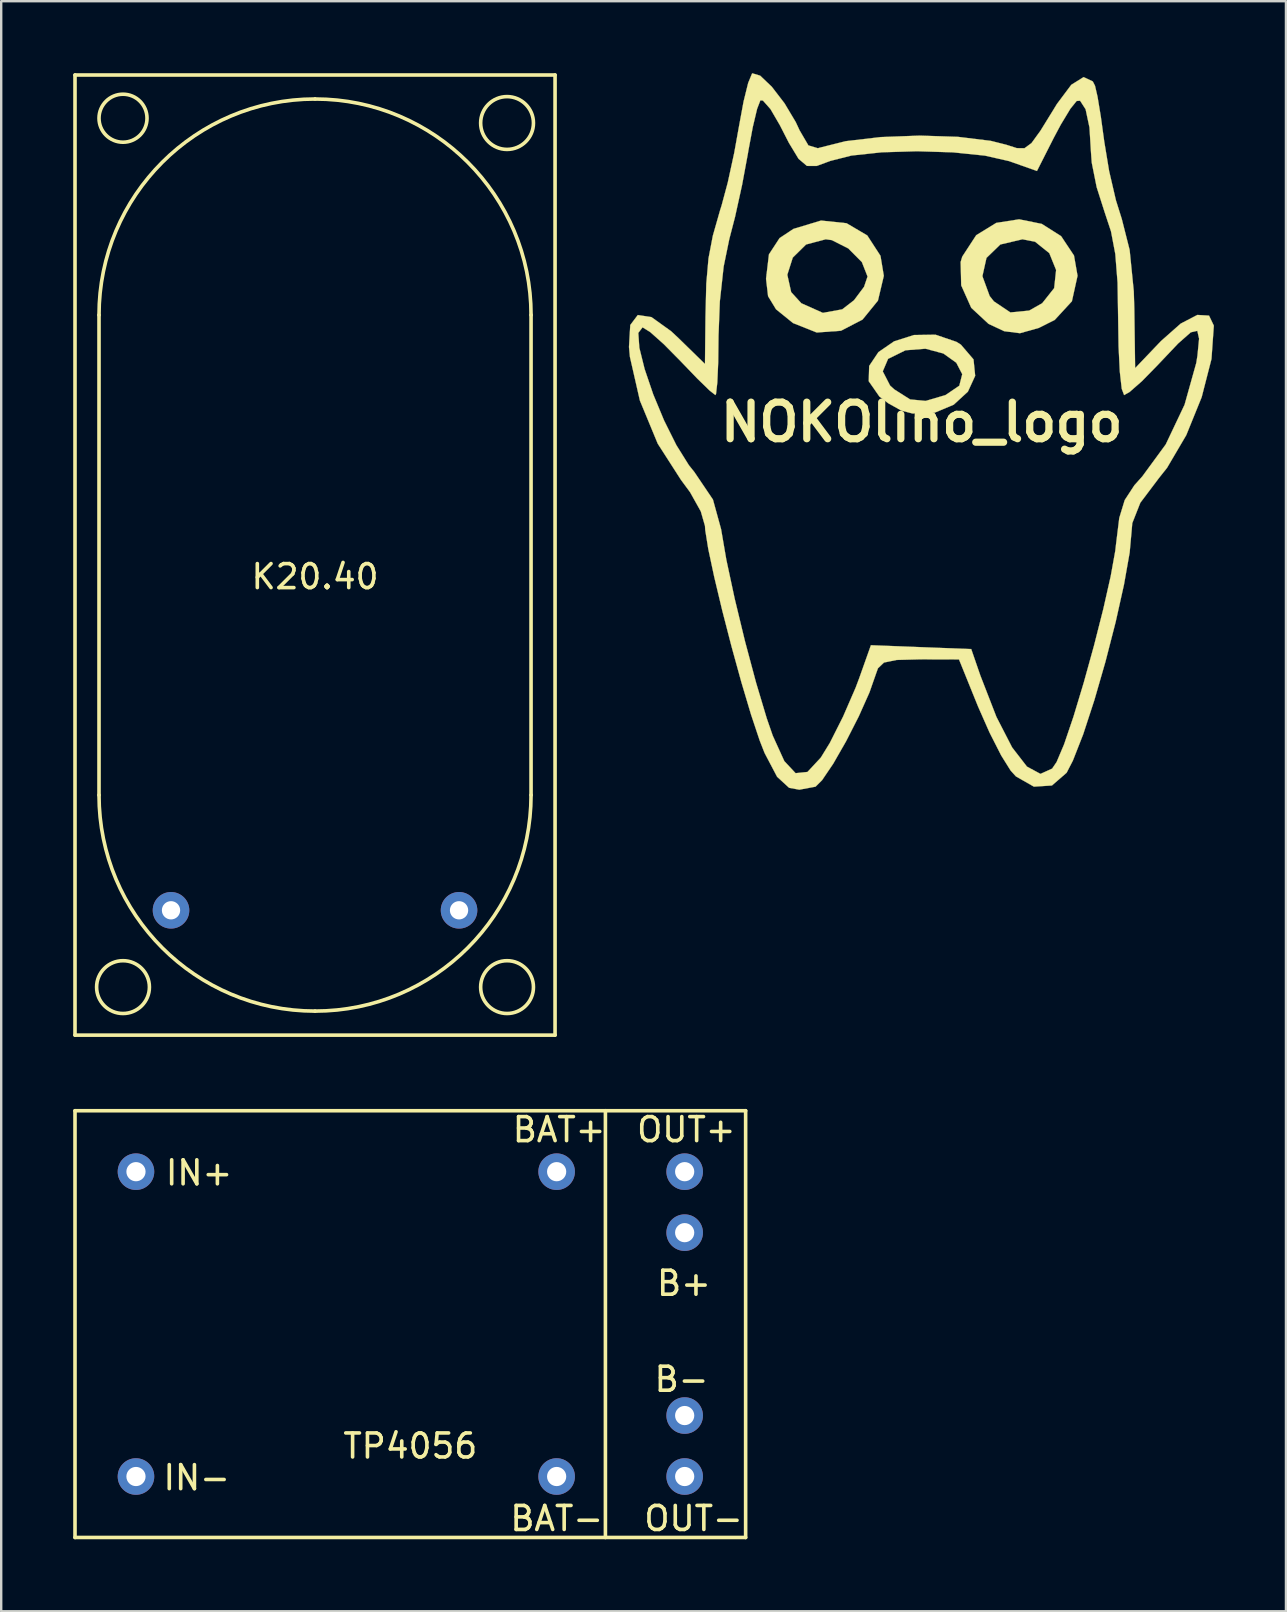
<source format=kicad_pcb>
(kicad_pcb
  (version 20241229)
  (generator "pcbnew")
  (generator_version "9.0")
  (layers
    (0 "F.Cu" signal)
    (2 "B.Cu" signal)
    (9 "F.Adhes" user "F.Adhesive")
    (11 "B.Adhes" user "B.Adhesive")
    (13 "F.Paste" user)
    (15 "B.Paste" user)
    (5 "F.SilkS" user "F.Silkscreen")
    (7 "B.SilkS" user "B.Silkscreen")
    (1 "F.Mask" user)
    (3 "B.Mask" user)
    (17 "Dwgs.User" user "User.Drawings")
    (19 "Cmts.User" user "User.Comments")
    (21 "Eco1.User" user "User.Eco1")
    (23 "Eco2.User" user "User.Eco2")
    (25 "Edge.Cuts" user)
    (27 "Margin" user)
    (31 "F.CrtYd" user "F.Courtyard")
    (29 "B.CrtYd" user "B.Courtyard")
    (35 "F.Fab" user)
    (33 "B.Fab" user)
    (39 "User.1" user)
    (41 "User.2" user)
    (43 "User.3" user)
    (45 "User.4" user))
  (footprint "TP4056"
    (layer "F.Cu")
    (at 14.045 52.115)
    (property "Reference" "TP4056" (at 0 5.08 0) (layer "F.SilkS") (effects (font (size 1 1) (thickness 0.15))))
    (attr through_hole)
    (fp_line (start -13.97 -8.89) (end -13.97 8.89) (stroke (width 0.15) (type solid)) (layer "F.SilkS"))
    (fp_line (start -13.97 -8.89) (end 13.97 -8.89) (stroke (width 0.15) (type solid)) (layer "F.SilkS"))
    (fp_line (start 8.128 -8.89) (end 8.128 8.89) (stroke (width 0.15) (type solid)) (layer "F.SilkS"))
    (fp_line (start 13.97 -8.89) (end 13.97 8.89) (stroke (width 0.15) (type solid)) (layer "F.SilkS"))
    (fp_line (start 13.97 8.89) (end -13.97 8.89) (stroke (width 0.15) (type solid)) (layer "F.SilkS"))
    (fp_text user "BAT-" (at 6.1 8.1 0) (layer "F.SilkS") (effects (font (size 1 1) (thickness 0.15))))
    (fp_text user "B+" (at 11.4 -1.7 0) (layer "F.SilkS") (effects (font (size 1 1) (thickness 0.15))))
    (fp_text user "IN+" (at -8.8 -6.3 0) (layer "F.SilkS") (effects (font (size 1 1) (thickness 0.15))))
    (fp_text user "BAT+" (at 6.2 -8.1 0) (layer "F.SilkS") (effects (font (size 1 1) (thickness 0.15))))
    (fp_text user "B-" (at 11.3 2.3 0) (layer "F.SilkS") (effects (font (size 1 1) (thickness 0.15))))
    (fp_text user "IN-" (at -8.9 6.4 0) (layer "F.SilkS") (effects (font (size 1 1) (thickness 0.15))))
    (fp_text user "OUT-" (at 11.8 8.1 0) (layer "F.SilkS") (effects (font (size 1 1) (thickness 0.15))))
    (fp_text user "OUT+" (at 11.5 -8.1 0) (layer "F.SilkS") (effects (font (size 1 1) (thickness 0.15))))
    (pad "1" thru_hole circle (at -11.43 -6.35) (size 1.524 1.524) (drill 0.8) (layers "*.Cu" "*.Mask"))
    (pad "2" thru_hole circle (at -11.43 6.35) (size 1.524 1.524) (drill 0.8) (layers "*.Cu" "*.Mask"))
    (pad "3" thru_hole circle (at 11.43 -6.35) (size 1.524 1.524) (drill 0.8) (layers "*.Cu" "*.Mask"))
    (pad "4" thru_hole circle (at 11.43 -3.81) (size 1.524 1.524) (drill 0.8) (layers "*.Cu" "*.Mask"))
    (pad "5" thru_hole circle (at 11.43 3.81) (size 1.524 1.524) (drill 0.8) (layers "*.Cu" "*.Mask"))
    (pad "6" thru_hole circle (at 11.43 6.35) (size 1.524 1.524) (drill 0.8) (layers "*.Cu" "*.Mask"))
    (pad "13" thru_hole circle (at 6.096 -6.35) (size 1.524 1.524) (drill 0.8) (layers "*.Cu" "*.Mask"))
    (pad "16" thru_hole circle (at 6.096 6.35) (size 1.524 1.524) (drill 0.8) (layers "*.Cu" "*.Mask")))
  (footprint "K20.40"
    (layer "F.Cu")
    (at 10.075 20.075)
    (property "Reference" "K20.40" (at 0 0.9 0) (layer "F.SilkS") (effects (font (size 1 1) (thickness 0.15))))
    (attr through_hole)
    (fp_line (start -10 20) (end -10 -20) (stroke (width 0.15) (type solid)) (layer "F.SilkS"))
    (fp_line (start -10 20) (end 10 20) (stroke (width 0.15) (type solid)) (layer "F.SilkS"))
    (fp_line (start -9 -10) (end -9 10) (stroke (width 0.15) (type solid)) (layer "F.SilkS"))
    (fp_line (start 9 -10) (end 9 10) (stroke (width 0.15) (type solid)) (layer "F.SilkS"))
    (fp_line (start 10 -20) (end -10 -20) (stroke (width 0.15) (type solid)) (layer "F.SilkS"))
    (fp_line (start 10 20) (end 10 -20) (stroke (width 0.15) (type solid)) (layer "F.SilkS"))
    (fp_arc (start -9 -10) (mid -6.363961 -16.363961) (end 0 -19) (stroke (width 0.15) (type solid)) (layer "F.SilkS"))
    (fp_arc (start 0 -19) (mid 6.363961 -16.363961) (end 9 -10) (stroke (width 0.15) (type solid)) (layer "F.SilkS"))
    (fp_arc (start 0 19) (mid -6.363961 16.363961) (end -9 10) (stroke (width 0.15) (type solid)) (layer "F.SilkS"))
    (fp_arc (start 9 10) (mid 6.363961 16.363961) (end 0 19) (stroke (width 0.15) (type solid)) (layer "F.SilkS"))
    (fp_circle (center -8 -18.2) (end -7 -18.2) (stroke (width 0.15) (type solid)) (fill no) (layer "F.SilkS"))
    (fp_circle (center -8 18) (end -6.9 18) (stroke (width 0.15) (type solid)) (fill no) (layer "F.SilkS"))
    (fp_circle (center 8 -18) (end 9.1 -18) (stroke (width 0.15) (type solid)) (fill no) (layer "F.SilkS"))
    (fp_circle (center 8 18) (end 9.1 18) (stroke (width 0.15) (type solid)) (fill no) (layer "F.SilkS"))
    (pad "1" thru_hole circle (at -6 14.8) (size 1.524 1.524) (drill 0.762) (layers "*.Cu" "*.Mask"))
    (pad "2" thru_hole circle (at 6 14.8) (size 1.524 1.524) (drill 0.762) (layers "*.Cu" "*.Mask")))
  (footprint "NOKOlino_logo"
    (layer "F.Cu")
    (at 35.352 14.539)
    (property "Reference" "NOKOlino_logo" (at 0 0 0) (layer "F.SilkS") (effects (font (size 1.524 1.524) (thickness 0.3))))
    (attr through_hole)
    (fp_poly (pts (xy -3.133 -8.289) (xy -2.27 -7.78) (xy -1.719 -6.931) (xy -1.58 -6.098) (xy -1.825 -5.064) (xy -2.466 -4.276) (xy -3.363 -3.81) (xy -4.375 -3.736) (xy -5.362 -4.129) (xy -6.071 -4.703) (xy -6.402 -5.247) (xy -6.487 -5.974) (xy -6.467 -6.142) (xy -5.601 -6.142) (xy -5.44 -5.418) (xy -5.017 -4.955) (xy -4.12 -4.554) (xy -3.313 -4.701) (xy -2.822 -5.08) (xy -2.404 -5.639) (xy -2.258 -6.068) (xy -2.494 -6.669) (xy -3.06 -7.238) (xy -3.746 -7.585) (xy -3.999 -7.62) (xy -4.819 -7.403) (xy -5.373 -6.857) (xy -5.601 -6.142) (xy -6.467 -6.142) (xy -6.366 -6.992) (xy -5.922 -7.671) (xy -5.342 -8.054) (xy -4.195 -8.4) (xy -3.133 -8.289)) (stroke (width 0.01) (type solid)) (fill yes) (layer "F.SilkS"))
    (fp_poly (pts (xy 1.445 -3.347) (xy 1.631 -3.23) (xy 2.157 -2.616) (xy 2.226 -1.932) (xy 1.923 -1.272) (xy 1.331 -0.728) (xy 0.534 -0.394) (xy -0.384 -0.362) (xy -0.847 -0.482) (xy -1.4 -0.791) (xy -1.764 -1.068) (xy -2.209 -1.707) (xy -2.197 -2.118) (xy -1.624 -2.118) (xy -1.318 -1.524) (xy -1.145 -1.367) (xy -0.485 -0.948) (xy 0.164 -0.886) (xy 0.989 -1.129) (xy 1.565 -1.52) (xy 1.687 -2) (xy 1.439 -2.477) (xy 0.9 -2.862) (xy 0.153 -3.061) (xy -0.678 -2.995) (xy -1.402 -2.639) (xy -1.624 -2.118) (xy -2.197 -2.118) (xy -2.19 -2.344) (xy -1.805 -2.919) (xy -1.152 -3.368) (xy -0.327 -3.631) (xy 0.571 -3.645) (xy 1.445 -3.347)) (stroke (width 0.01) (type solid)) (fill yes) (layer "F.SilkS"))
    (fp_poly (pts (xy 5.001 -8.261) (xy 5.806 -7.751) (xy 6.343 -6.944) (xy 6.491 -6.101) (xy 6.256 -5.037) (xy 5.541 -4.261) (xy 4.877 -3.927) (xy 4.092 -3.707) (xy 3.435 -3.79) (xy 2.782 -4.097) (xy 2.062 -4.765) (xy 1.644 -5.7) (xy 1.635 -6.082) (xy 2.527 -6.082) (xy 2.83 -5.255) (xy 3.007 -5.032) (xy 3.693 -4.573) (xy 4.474 -4.649) (xy 5.017 -4.955) (xy 5.517 -5.585) (xy 5.598 -6.34) (xy 5.314 -7.043) (xy 4.722 -7.518) (xy 4.195 -7.62) (xy 3.274 -7.403) (xy 2.697 -6.844) (xy 2.527 -6.082) (xy 1.635 -6.082) (xy 1.62 -6.673) (xy 1.687 -6.897) (xy 2.27 -7.791) (xy 3.104 -8.303) (xy 4.057 -8.452) (xy 5.001 -8.261)) (stroke (width 0.01) (type solid)) (fill yes) (layer "F.SilkS"))
    (fp_poly (pts (xy -6.732 -14.437) (xy -6.249 -13.977) (xy -5.718 -13.287) (xy -5.249 -12.502) (xy -5.089 -12.158) (xy -4.723 -11.532) (xy -4.326 -11.413) (xy -4.27 -11.431) (xy -3.169 -11.707) (xy -1.709 -11.878) (xy -0.085 -11.939) (xy 1.508 -11.888) (xy 2.874 -11.721) (xy 3.525 -11.557) (xy 3.963 -11.417) (xy 4.279 -11.413) (xy 4.572 -11.627) (xy 4.944 -12.14) (xy 5.496 -13.034) (xy 5.631 -13.256) (xy 6.231 -14.057) (xy 6.744 -14.377) (xy 7.126 -14.197) (xy 7.218 -14.017) (xy 7.324 -13.56) (xy 7.462 -12.723) (xy 7.604 -11.689) (xy 7.807 -10.46) (xy 8.089 -9.247) (xy 8.334 -8.467) (xy 8.661 -7.177) (xy 8.834 -5.454) (xy 8.856 -4.724) (xy 8.89 -2.251) (xy 9.97 -3.383) (xy 10.79 -4.108) (xy 11.483 -4.468) (xy 11.969 -4.44) (xy 12.169 -4.022) (xy 12.071 -2.633) (xy 11.663 -1.043) (xy 11.021 0.539) (xy 10.22 1.902) (xy 9.884 2.325) (xy 9.106 3.357) (xy 8.771 4.207) (xy 8.749 4.47) (xy 8.662 5.435) (xy 8.426 6.767) (xy 8.078 8.327) (xy 7.654 9.977) (xy 7.191 11.581) (xy 6.727 13.001) (xy 6.297 14.099) (xy 6.036 14.605) (xy 5.425 15.136) (xy 4.673 15.185) (xy 3.924 14.758) (xy 3.703 14.514) (xy 3.311 13.887) (xy 2.826 12.934) (xy 2.352 11.86) (xy 2.342 11.836) (xy 1.552 9.885) (xy -0.097 9.881) (xy -1.045 9.906) (xy -1.573 10.014) (xy -1.824 10.253) (xy -1.897 10.456) (xy -2.178 11.258) (xy -2.622 12.253) (xy -3.152 13.293) (xy -3.688 14.229) (xy -4.152 14.914) (xy -4.424 15.185) (xy -5.1 15.311) (xy -5.526 15.233) (xy -6.026 14.774) (xy -6.548 13.782) (xy -6.755 13.253) (xy -7.112 12.183) (xy -7.513 10.838) (xy -7.924 9.347) (xy -8.313 7.839) (xy -8.647 6.441) (xy -8.894 5.282) (xy -9.021 4.49) (xy -9.031 4.321) (xy -9.205 3.716) (xy -9.652 2.917) (xy -10.031 2.403) (xy -11 0.894) (xy -11.743 -0.902) (xy -12.158 -2.72) (xy -12.197 -3.133) (xy -12.163 -3.72) (xy -11.809 -3.72) (xy -11.766 -3.101) (xy -11.545 -2.211) (xy -11.188 -1.162) (xy -10.734 -0.069) (xy -10.225 0.953) (xy -9.702 1.791) (xy -9.476 2.073) (xy -8.699 3.224) (xy -8.36 4.457) (xy -8.14 5.736) (xy -7.792 7.358) (xy -7.364 9.127) (xy -6.903 10.85) (xy -6.459 12.334) (xy -6.208 13.06) (xy -5.726 14.12) (xy -5.256 14.623) (xy -4.761 14.572) (xy -4.205 13.974) (xy -3.831 13.365) (xy -3.277 12.265) (xy -2.756 11.065) (xy -2.608 10.673) (xy -2.118 9.292) (xy -0.028 9.373) (xy 2.062 9.454) (xy 2.442 10.555) (xy 3.111 12.278) (xy 3.766 13.551) (xy 4.384 14.35) (xy 4.946 14.653) (xy 5.431 14.434) (xy 5.619 14.158) (xy 5.932 13.417) (xy 6.322 12.267) (xy 6.75 10.849) (xy 7.177 9.307) (xy 7.564 7.783) (xy 7.872 6.42) (xy 8.063 5.36) (xy 8.095 5.08) (xy 8.229 3.991) (xy 8.456 3.246) (xy 8.861 2.626) (xy 9.19 2.258) (xy 10.165 0.927) (xy 10.95 -0.727) (xy 11.438 -2.47) (xy 11.487 -2.778) (xy 11.555 -3.479) (xy 11.481 -3.806) (xy 11.209 -3.744) (xy 10.683 -3.28) (xy 9.849 -2.4) (xy 9.82 -2.369) (xy 9.172 -1.707) (xy 8.658 -1.257) (xy 8.431 -1.129) (xy 8.332 -1.392) (xy 8.252 -2.105) (xy 8.2 -3.155) (xy 8.184 -4.223) (xy 8.158 -5.817) (xy 8.064 -7.007) (xy 7.885 -7.949) (xy 7.62 -8.749) (xy 7.288 -9.788) (xy 7.083 -10.812) (xy 7.052 -11.229) (xy 6.988 -12.278) (xy 6.827 -13.036) (xy 6.597 -13.393) (xy 6.454 -13.382) (xy 6.192 -13.058) (xy 5.792 -12.395) (xy 5.499 -11.845) (xy 4.8 -10.466) (xy 3.635 -10.878) (xy 2.634 -11.105) (xy 1.298 -11.242) (xy -0.195 -11.288) (xy -1.665 -11.244) (xy -2.932 -11.108) (xy -3.802 -10.887) (xy -4.378 -10.675) (xy -4.784 -10.677) (xy -5.132 -10.972) (xy -5.535 -11.638) (xy -5.912 -12.375) (xy -6.302 -13.044) (xy -6.615 -13.398) (xy -6.722 -13.41) (xy -6.859 -13.055) (xy -7.039 -12.298) (xy -7.226 -11.296) (xy -7.242 -11.195) (xy -7.483 -9.895) (xy -7.778 -8.555) (xy -8.018 -7.629) (xy -8.253 -6.484) (xy -8.412 -5.032) (xy -8.467 -3.607) (xy -8.48 -2.504) (xy -8.517 -1.653) (xy -8.57 -1.183) (xy -8.596 -1.129) (xy -8.839 -1.319) (xy -9.353 -1.819) (xy -10.028 -2.521) (xy -10.046 -2.54) (xy -10.746 -3.249) (xy -11.315 -3.756) (xy -11.631 -3.951) (xy -11.632 -3.951) (xy -11.809 -3.72) (xy -12.163 -3.72) (xy -12.143 -4.049) (xy -11.83 -4.464) (xy -11.262 -4.378) (xy -10.443 -3.791) (xy -10.129 -3.497) (xy -9.031 -2.425) (xy -9.01 -4.388) (xy -8.976 -5.774) (xy -8.884 -6.825) (xy -8.704 -7.768) (xy -8.401 -8.831) (xy -8.338 -9.031) (xy -8.082 -9.983) (xy -7.814 -11.213) (xy -7.61 -12.346) (xy -7.423 -13.36) (xy -7.231 -14.136) (xy -7.071 -14.522) (xy -7.056 -14.534) (xy -6.732 -14.437)) (stroke (width 0.01) (type solid)) (fill yes) (layer "F.SilkS")))
  (gr_rect
    (start -3 -3)
    (end 50.526 64.08)
    (stroke (width 0.1) (type default))
    (fill no)
    (layer "Edge.Cuts")))
</source>
